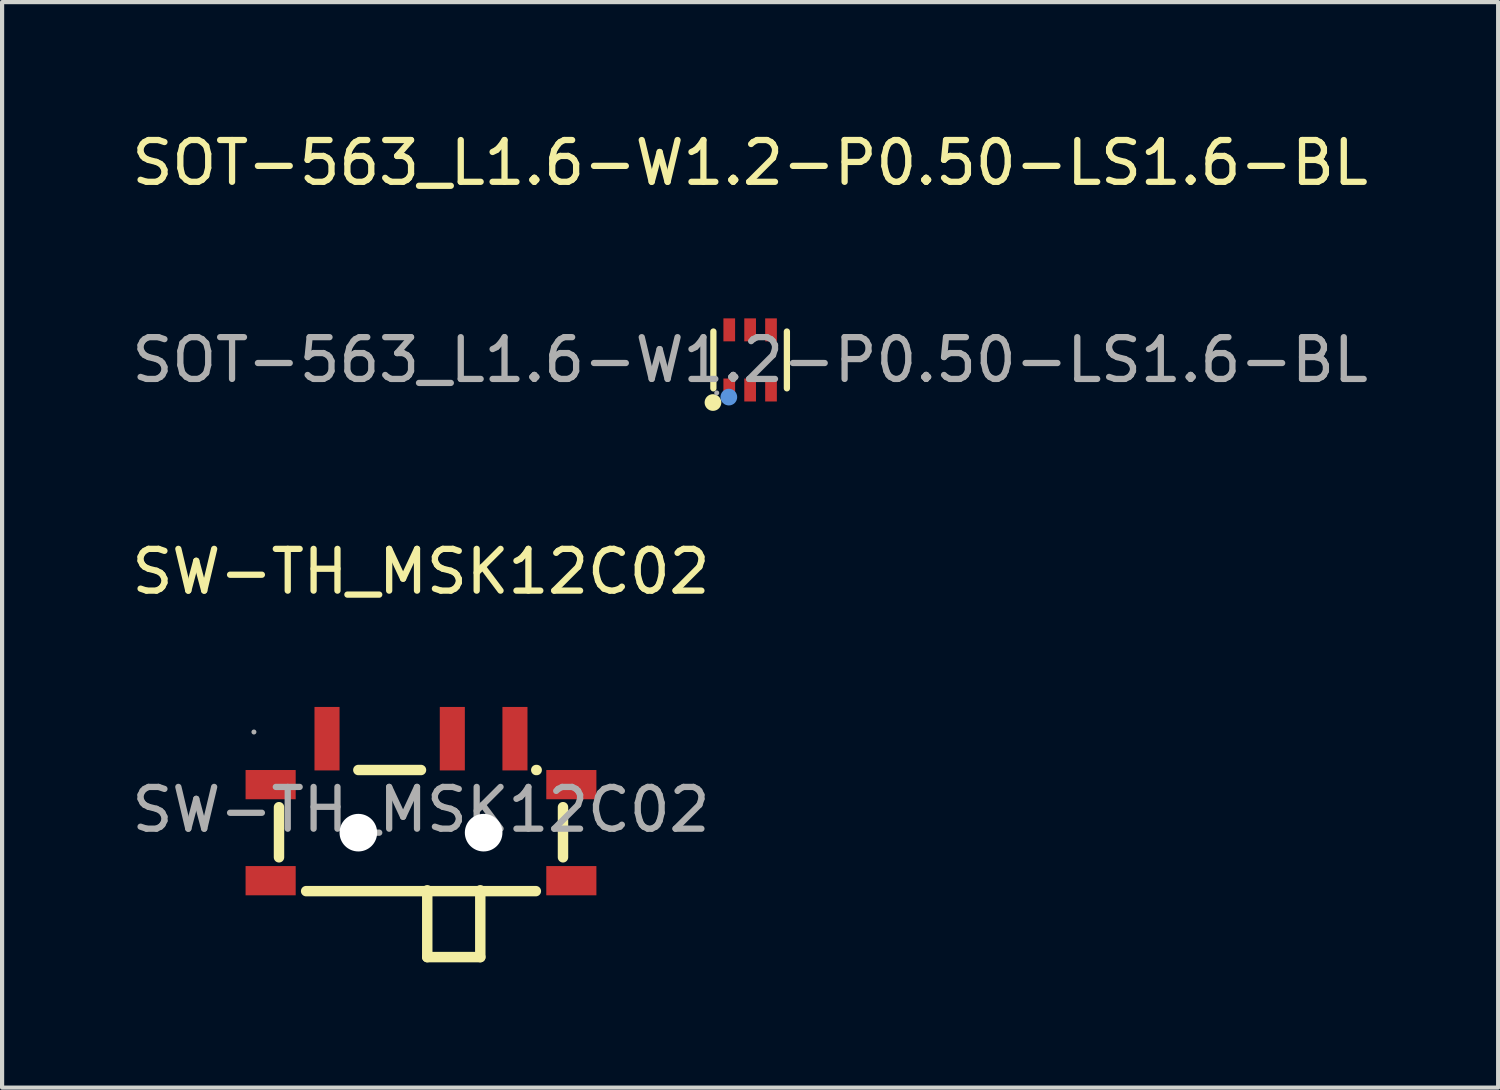
<source format=kicad_pcb>
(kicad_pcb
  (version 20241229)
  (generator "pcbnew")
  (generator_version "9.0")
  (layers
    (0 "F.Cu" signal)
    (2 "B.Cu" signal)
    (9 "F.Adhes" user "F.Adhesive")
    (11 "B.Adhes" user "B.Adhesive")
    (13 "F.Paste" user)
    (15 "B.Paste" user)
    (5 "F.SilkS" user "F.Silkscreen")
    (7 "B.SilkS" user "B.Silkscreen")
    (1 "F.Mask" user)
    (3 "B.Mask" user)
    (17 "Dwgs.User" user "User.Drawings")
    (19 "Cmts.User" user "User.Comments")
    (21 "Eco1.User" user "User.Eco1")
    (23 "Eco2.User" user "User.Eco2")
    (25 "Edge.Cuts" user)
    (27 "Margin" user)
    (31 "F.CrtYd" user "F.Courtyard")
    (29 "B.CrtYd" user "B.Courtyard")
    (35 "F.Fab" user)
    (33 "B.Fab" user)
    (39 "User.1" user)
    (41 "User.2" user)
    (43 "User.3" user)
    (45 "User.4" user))
  (footprint "SOT-563_L1.6-W1.2-P0.50-LS1.6-BL"
    (layer "F.Cu")
    (at 14.911 5.568)
    (property "Reference" "SOT-563_L1.6-W1.2-P0.50-LS1.6-BL" (at 0 -4.72 0) (layer "F.SilkS") (effects (font (size 1 1) (thickness 0.15))))
    (attr smd)
    (fp_line (start -0.88 0.68) (end -0.88 -0.68) (stroke (width 0.15) (type solid)) (layer "F.SilkS"))
    (fp_line (start 0.88 0.68) (end 0.88 -0.68) (stroke (width 0.15) (type solid)) (layer "F.SilkS"))
    (fp_circle (center -0.89 1.02) (end -0.79 1.02) (stroke (width 0.2) (type solid)) (fill no) (layer "F.SilkS"))
    (fp_circle (center -0.51 0.89) (end -0.41 0.89) (stroke (width 0.2) (type solid)) (fill no) (layer "Cmts.User"))
    (fp_circle (center -0.8 0.79) (end -0.77 0.79) (stroke (width 0.06) (type solid)) (fill no) (layer "F.Fab"))
    (fp_text user "${REFERENCE}" (at 0 0 0) (layer "F.Fab") (effects (font (size 1 1) (thickness 0.15))))
    (pad "1" smd rect (at -0.5 0.72) (size 0.28 0.55) (layers "F.Cu" "F.Mask" "F.Paste"))
    (pad "2" smd rect (at 0 0.72) (size 0.28 0.55) (layers "F.Cu" "F.Mask" "F.Paste"))
    (pad "3" smd rect (at 0.5 0.72) (size 0.28 0.55) (layers "F.Cu" "F.Mask" "F.Paste"))
    (pad "4" smd rect (at 0.5 -0.72) (size 0.28 0.55) (layers "F.Cu" "F.Mask" "F.Paste"))
    (pad "5" smd rect (at 0 -0.72) (size 0.28 0.55) (layers "F.Cu" "F.Mask" "F.Paste"))
    (pad "6" smd rect (at -0.5 -0.72) (size 0.28 0.55) (layers "F.Cu" "F.Mask" "F.Paste")))
  (footprint "SW-TH_MSK12C02"
    (layer "F.Cu")
    (at 7.03 16.337)
    (property "Reference" "SW-TH_MSK12C02" (at 0 -5.7 0) (layer "F.SilkS") (effects (font (size 1 1) (thickness 0.15))))
    (attr smd)
    (fp_line (start -3.4 -0.06) (end -3.4 1.14) (stroke (width 0.25) (type solid)) (layer "F.SilkS"))
    (fp_line (start -2.75 1.95) (end 2.75 1.95) (stroke (width 0.25) (type solid)) (layer "F.SilkS"))
    (fp_line (start -1.5 -0.95) (end 0 -0.95) (stroke (width 0.25) (type solid)) (layer "F.SilkS"))
    (fp_line (start 0.15 1.93) (end 0.15 3.53) (stroke (width 0.25) (type solid)) (layer "F.SilkS"))
    (fp_line (start 0.15 3.53) (end 1.42 3.53) (stroke (width 0.25) (type solid)) (layer "F.SilkS"))
    (fp_line (start 1.42 3.53) (end 1.42 1.93) (stroke (width 0.25) (type solid)) (layer "F.SilkS"))
    (fp_line (start 2.77 -0.95) (end 2.76 -0.95) (stroke (width 0.25) (type solid)) (layer "F.SilkS"))
    (fp_line (start 3.4 -0.06) (end 3.4 1.14) (stroke (width 0.25) (type solid)) (layer "F.SilkS"))
    (fp_circle (center -4 -1.86) (end -3.97 -1.86) (stroke (width 0.06) (type solid)) (fill no) (layer "F.Fab"))
    (fp_text user "${REFERENCE}" (at 0 0 0) (layer "F.Fab") (effects (font (size 1 1) (thickness 0.15))))
    (pad "" np_thru_hole circle (at -1.5 0.55) (size 0.9 0.9) (drill 0.9) (layers "*.Cu" "*.Mask"))
    (pad "" np_thru_hole circle (at 1.5 0.55) (size 0.9 0.9) (drill 0.9) (layers "*.Cu" "*.Mask"))
    (pad "1" smd rect (at -2.25 -1.7 90) (size 1.52 0.6) (layers "F.Cu" "F.Mask" "F.Paste"))
    (pad "2" smd rect (at 0.75 -1.7 90) (size 1.52 0.6) (layers "F.Cu" "F.Mask" "F.Paste"))
    (pad "3" smd rect (at 2.25 -1.7 90) (size 1.52 0.6) (layers "F.Cu" "F.Mask" "F.Paste"))
    (pad "4" smd rect (at -3.6 -0.6 180) (size 1.2 0.7) (layers "F.Cu" "F.Mask" "F.Paste"))
    (pad "4" smd rect (at -3.6 1.7 180) (size 1.2 0.7) (layers "F.Cu" "F.Mask" "F.Paste"))
    (pad "4" smd rect (at 3.6 -0.6 180) (size 1.2 0.7) (layers "F.Cu" "F.Mask" "F.Paste"))
    (pad "4" smd rect (at 3.6 1.7 180) (size 1.2 0.7) (layers "F.Cu" "F.Mask" "F.Paste")))
  (gr_rect
    (start -3 -3)
    (end 32.821 22.991)
    (stroke (width 0.1) (type default))
    (fill no)
    (layer "Edge.Cuts")))
</source>
